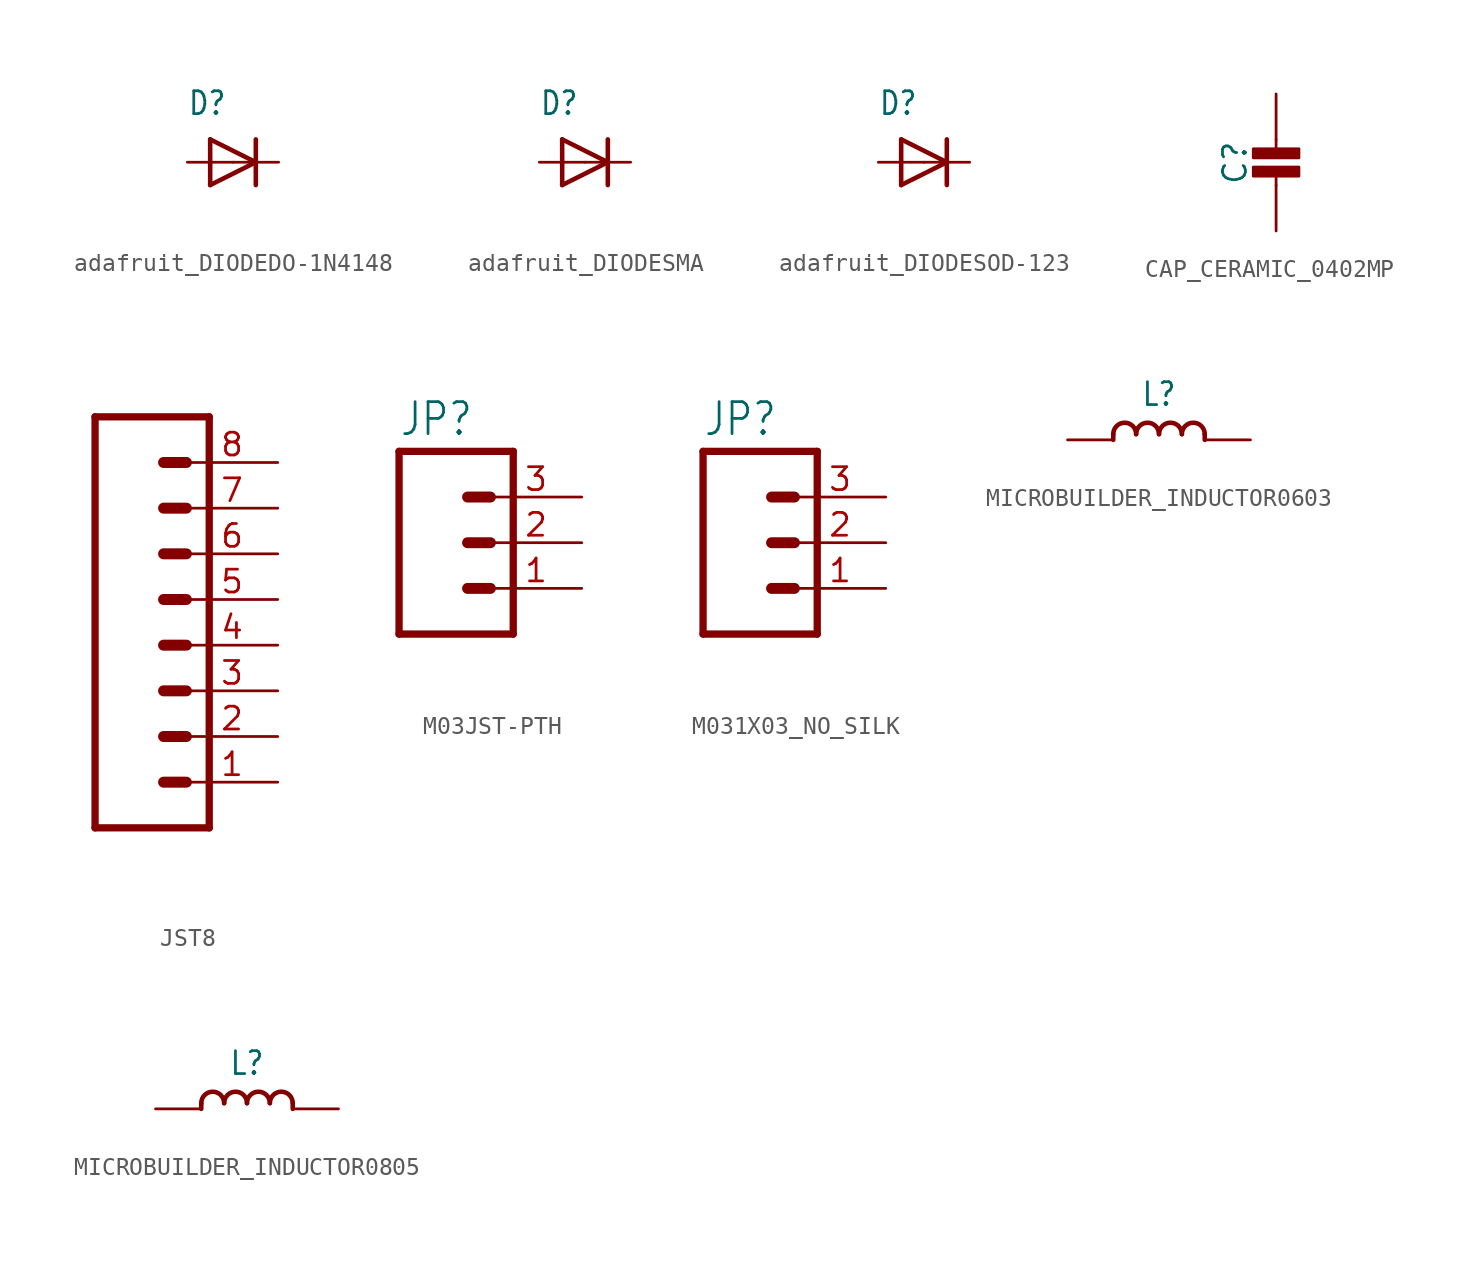
<source format=kicad_sym>
(kicad_symbol_lib
  (version 20220914)
  (generator kicad_symbol_editor)
  (symbol "adafruit_DIODEDO-1N4148"
    (property "Reference" "D"
      (at -2.54 2.54 0)
      (effects (font (size 1.27 1.079)) (justify left bottom)))
    (property "Value" ""
      (at -2.54 -3.81 0)
      (effects (font (size 1.27 1.079)) (justify left bottom)))
    (property "ki_locked" ""
      (at 0 0 0)
      (effects (font (size 1.27 1.27))))
    (symbol "adafruit_DIODEDO-1N4148_1_0"
      (polyline (pts (xy -1.27 -1.27) (xy 1.27 0)) (stroke (width 0.254) (type solid)) (fill (type none)))
      (polyline (pts (xy -1.27 1.27) (xy -1.27 -1.27)) (stroke (width 0.254) (type solid)) (fill (type none)))
      (polyline (pts (xy 1.27 0) (xy -1.27 1.27)) (stroke (width 0.254) (type solid)) (fill (type none)))
      (polyline (pts (xy 1.27 0) (xy 1.27 -1.27)) (stroke (width 0.254) (type solid)) (fill (type none)))
      (polyline (pts (xy 1.27 1.27) (xy 1.27 0)) (stroke (width 0.254) (type solid)) (fill (type none)))
      (pin passive line (at -2.54 0 0) (length 2.54) (name "A" (effects (font (size 0 0)))) (number "A" (effects (font (size 0 0)))))
      (pin passive line (at 2.54 0 180) (length 2.54) (name "C" (effects (font (size 0 0)))) (number "C" (effects (font (size 0 0)))))))
  (symbol "adafruit_DIODESMA"
    (property "Reference" "D"
      (at -2.54 2.54 0)
      (effects (font (size 1.27 1.079)) (justify left bottom)))
    (property "Value" ""
      (at -2.54 -3.81 0)
      (effects (font (size 1.27 1.079)) (justify left bottom)))
    (property "ki_locked" ""
      (at 0 0 0)
      (effects (font (size 1.27 1.27))))
    (symbol "adafruit_DIODESMA_1_0"
      (polyline (pts (xy -1.27 -1.27) (xy 1.27 0)) (stroke (width 0.254) (type solid)) (fill (type none)))
      (polyline (pts (xy -1.27 1.27) (xy -1.27 -1.27)) (stroke (width 0.254) (type solid)) (fill (type none)))
      (polyline (pts (xy 1.27 0) (xy -1.27 1.27)) (stroke (width 0.254) (type solid)) (fill (type none)))
      (polyline (pts (xy 1.27 0) (xy 1.27 -1.27)) (stroke (width 0.254) (type solid)) (fill (type none)))
      (polyline (pts (xy 1.27 1.27) (xy 1.27 0)) (stroke (width 0.254) (type solid)) (fill (type none)))
      (pin passive line (at -2.54 0 0) (length 2.54) (name "A" (effects (font (size 0 0)))) (number "A" (effects (font (size 0 0)))))
      (pin passive line (at 2.54 0 180) (length 2.54) (name "C" (effects (font (size 0 0)))) (number "C" (effects (font (size 0 0)))))))
  (symbol "adafruit_DIODESOD-123"
    (property "Reference" "D"
      (at -2.54 2.54 0)
      (effects (font (size 1.27 1.079)) (justify left bottom)))
    (property "Value" ""
      (at -2.54 -3.81 0)
      (effects (font (size 1.27 1.079)) (justify left bottom)))
    (property "ki_locked" ""
      (at 0 0 0)
      (effects (font (size 1.27 1.27))))
    (symbol "adafruit_DIODESOD-123_1_0"
      (polyline (pts (xy -1.27 -1.27) (xy 1.27 0)) (stroke (width 0.254) (type solid)) (fill (type none)))
      (polyline (pts (xy -1.27 1.27) (xy -1.27 -1.27)) (stroke (width 0.254) (type solid)) (fill (type none)))
      (polyline (pts (xy 1.27 0) (xy -1.27 1.27)) (stroke (width 0.254) (type solid)) (fill (type none)))
      (polyline (pts (xy 1.27 0) (xy 1.27 -1.27)) (stroke (width 0.254) (type solid)) (fill (type none)))
      (polyline (pts (xy 1.27 1.27) (xy 1.27 0)) (stroke (width 0.254) (type solid)) (fill (type none)))
      (pin passive line (at -2.54 0 0) (length 2.54) (name "A" (effects (font (size 0 0)))) (number "A" (effects (font (size 0 0)))))
      (pin passive line (at 2.54 0 180) (length 2.54) (name "C" (effects (font (size 0 0)))) (number "C" (effects (font (size 0 0)))))))
  (symbol "CAP_CERAMIC_0402MP"
    (property "Reference" "C"
      (at -2.29 1.25 90)
      (effects (font (size 1.27 1.27))))
    (property "Value" ""
      (at 2.3 1.25 90)
      (effects (font (size 1.27 1.27))))
    (property "ki_locked" ""
      (at 0 0 0)
      (effects (font (size 1.27 1.27))))
    (symbol "CAP_CERAMIC_0402MP_1_0"
      (rectangle (start -1.27 0.508) (end 1.27 1.016) (stroke (width 0) (type default)) (fill (type outline)))
      (rectangle (start -1.27 1.524) (end 1.27 2.032) (stroke (width 0) (type default)) (fill (type outline)))
      (polyline (pts (xy 0 0.762) (xy 0 0)) (stroke (width 0.152) (type solid)) (fill (type none)))
      (polyline (pts (xy 0 2.54) (xy 0 1.778)) (stroke (width 0.152) (type solid)) (fill (type none)))
      (pin passive line (at 0 5.08 270) (length 2.54) (name "1" (effects (font (size 0 0)))) (number "1" (effects (font (size 0 0)))))
      (pin passive line (at 0 -2.54 90) (length 2.54) (name "2" (effects (font (size 0 0)))) (number "2" (effects (font (size 0 0)))))))
  (symbol "JST8"
    (property "Reference" ""
      (at -2.54 10.922 0)
      (effects (font (size 1.778 1.511)) (justify left bottom) hide))
    (property "Value" ""
      (at -2.54 -15.24 0)
      (effects (font (size 1.778 1.511)) (justify left bottom)))
    (property "ki_locked" ""
      (at 0 0 0)
      (effects (font (size 1.27 1.27))))
    (symbol "JST8_1_0"
      (polyline (pts (xy -2.54 10.16) (xy -2.54 -12.7)) (stroke (width 0.406) (type solid)) (fill (type none)))
      (polyline (pts (xy -2.54 10.16) (xy 3.81 10.16)) (stroke (width 0.406) (type solid)) (fill (type none)))
      (polyline (pts (xy 1.27 -10.16) (xy 2.54 -10.16)) (stroke (width 0.61) (type solid)) (fill (type none)))
      (polyline (pts (xy 1.27 -7.62) (xy 2.54 -7.62)) (stroke (width 0.61) (type solid)) (fill (type none)))
      (polyline (pts (xy 1.27 -5.08) (xy 2.54 -5.08)) (stroke (width 0.61) (type solid)) (fill (type none)))
      (polyline (pts (xy 1.27 -2.54) (xy 2.54 -2.54)) (stroke (width 0.61) (type solid)) (fill (type none)))
      (polyline (pts (xy 1.27 0) (xy 2.54 0)) (stroke (width 0.61) (type solid)) (fill (type none)))
      (polyline (pts (xy 1.27 2.54) (xy 2.54 2.54)) (stroke (width 0.61) (type solid)) (fill (type none)))
      (polyline (pts (xy 1.27 5.08) (xy 2.54 5.08)) (stroke (width 0.61) (type solid)) (fill (type none)))
      (polyline (pts (xy 1.27 7.62) (xy 2.54 7.62)) (stroke (width 0.61) (type solid)) (fill (type none)))
      (polyline (pts (xy 3.81 -12.7) (xy -2.54 -12.7)) (stroke (width 0.406) (type solid)) (fill (type none)))
      (polyline (pts (xy 3.81 -12.7) (xy 3.81 10.16)) (stroke (width 0.406) (type solid)) (fill (type none)))
      (pin passive line (at 7.62 -10.16 180) (length 5.08) (name "1" (effects (font (size 0 0)))) (number "1" (effects (font (size 1.27 1.27)))))
      (pin passive line (at 7.62 -7.62 180) (length 5.08) (name "2" (effects (font (size 0 0)))) (number "2" (effects (font (size 1.27 1.27)))))
      (pin passive line (at 7.62 -5.08 180) (length 5.08) (name "3" (effects (font (size 0 0)))) (number "3" (effects (font (size 1.27 1.27)))))
      (pin passive line (at 7.62 -2.54 180) (length 5.08) (name "4" (effects (font (size 0 0)))) (number "4" (effects (font (size 1.27 1.27)))))
      (pin passive line (at 7.62 0 180) (length 5.08) (name "5" (effects (font (size 0 0)))) (number "5" (effects (font (size 1.27 1.27)))))
      (pin passive line (at 7.62 2.54 180) (length 5.08) (name "6" (effects (font (size 0 0)))) (number "6" (effects (font (size 1.27 1.27)))))
      (pin passive line (at 7.62 5.08 180) (length 5.08) (name "7" (effects (font (size 0 0)))) (number "7" (effects (font (size 1.27 1.27)))))
      (pin passive line (at 7.62 7.62 180) (length 5.08) (name "8" (effects (font (size 0 0)))) (number "8" (effects (font (size 1.27 1.27)))))))
  (symbol "M03JST-PTH"
    (property "Reference" "JP"
      (at -2.54 5.842 0)
      (effects (font (size 1.778 1.511)) (justify left bottom)))
    (property "Value" ""
      (at -2.54 -7.62 0)
      (effects (font (size 1.778 1.511)) (justify left bottom)))
    (property "ki_locked" ""
      (at 0 0 0)
      (effects (font (size 1.27 1.27))))
    (symbol "M03JST-PTH_1_0"
      (polyline (pts (xy -2.54 5.08) (xy -2.54 -5.08)) (stroke (width 0.406) (type solid)) (fill (type none)))
      (polyline (pts (xy -2.54 5.08) (xy 3.81 5.08)) (stroke (width 0.406) (type solid)) (fill (type none)))
      (polyline (pts (xy 1.27 -2.54) (xy 2.54 -2.54)) (stroke (width 0.61) (type solid)) (fill (type none)))
      (polyline (pts (xy 1.27 0) (xy 2.54 0)) (stroke (width 0.61) (type solid)) (fill (type none)))
      (polyline (pts (xy 1.27 2.54) (xy 2.54 2.54)) (stroke (width 0.61) (type solid)) (fill (type none)))
      (polyline (pts (xy 3.81 -5.08) (xy -2.54 -5.08)) (stroke (width 0.406) (type solid)) (fill (type none)))
      (polyline (pts (xy 3.81 -5.08) (xy 3.81 5.08)) (stroke (width 0.406) (type solid)) (fill (type none)))
      (pin passive line (at 7.62 -2.54 180) (length 5.08) (name "1" (effects (font (size 0 0)))) (number "1" (effects (font (size 1.27 1.27)))))
      (pin passive line (at 7.62 0 180) (length 5.08) (name "2" (effects (font (size 0 0)))) (number "2" (effects (font (size 1.27 1.27)))))
      (pin passive line (at 7.62 2.54 180) (length 5.08) (name "3" (effects (font (size 0 0)))) (number "3" (effects (font (size 1.27 1.27)))))))
  (symbol "M031X03_NO_SILK"
    (property "Reference" "JP"
      (at -2.54 5.842 0)
      (effects (font (size 1.778 1.511)) (justify left bottom)))
    (property "Value" ""
      (at -2.54 -7.62 0)
      (effects (font (size 1.778 1.511)) (justify left bottom)))
    (property "ki_locked" ""
      (at 0 0 0)
      (effects (font (size 1.27 1.27))))
    (symbol "M031X03_NO_SILK_1_0"
      (polyline (pts (xy -2.54 5.08) (xy -2.54 -5.08)) (stroke (width 0.406) (type solid)) (fill (type none)))
      (polyline (pts (xy -2.54 5.08) (xy 3.81 5.08)) (stroke (width 0.406) (type solid)) (fill (type none)))
      (polyline (pts (xy 1.27 -2.54) (xy 2.54 -2.54)) (stroke (width 0.61) (type solid)) (fill (type none)))
      (polyline (pts (xy 1.27 0) (xy 2.54 0)) (stroke (width 0.61) (type solid)) (fill (type none)))
      (polyline (pts (xy 1.27 2.54) (xy 2.54 2.54)) (stroke (width 0.61) (type solid)) (fill (type none)))
      (polyline (pts (xy 3.81 -5.08) (xy -2.54 -5.08)) (stroke (width 0.406) (type solid)) (fill (type none)))
      (polyline (pts (xy 3.81 -5.08) (xy 3.81 5.08)) (stroke (width 0.406) (type solid)) (fill (type none)))
      (pin passive line (at 7.62 -2.54 180) (length 5.08) (name "1" (effects (font (size 0 0)))) (number "1" (effects (font (size 1.27 1.27)))))
      (pin passive line (at 7.62 0 180) (length 5.08) (name "2" (effects (font (size 0 0)))) (number "2" (effects (font (size 1.27 1.27)))))
      (pin passive line (at 7.62 2.54 180) (length 5.08) (name "3" (effects (font (size 0 0)))) (number "3" (effects (font (size 1.27 1.27)))))))
  (symbol "MICROBUILDER_INDUCTOR0603"
    (property "Reference" "L"
      (at 0 2.54 0)
      (effects (font (size 1.27 1.079))))
    (property "Value" ""
      (at 0 -1.54 0)
      (effects (font (size 1.27 1.079))))
    (property "ki_locked" ""
      (at 0 0 0)
      (effects (font (size 1.27 1.27))))
    (symbol "MICROBUILDER_INDUCTOR0603_1_0"
      (arc (start -1.27 0.3173) (mid -1.9049 0.9524) (end -2.54 0.3175) (stroke (width 0.254) (type solid)) (fill (type none)))
      (polyline (pts (xy -2.54 0.318) (xy -2.54 0)) (stroke (width 0.254) (type solid)) (fill (type none)))
      (polyline (pts (xy 2.54 0.318) (xy 2.54 0)) (stroke (width 0.254) (type solid)) (fill (type none)))
      (arc (start 0 0.3173) (mid -0.6349 0.9524) (end -1.27 0.3175) (stroke (width 0.254) (type solid)) (fill (type none)))
      (arc (start 1.27 0.3173) (mid 0.6351 0.9524) (end 0 0.3175) (stroke (width 0.254) (type solid)) (fill (type none)))
      (arc (start 2.54 0.3173) (mid 1.9051 0.9524) (end 1.27 0.3175) (stroke (width 0.254) (type solid)) (fill (type none)))
      (pin passive line (at -5.08 0 0) (length 2.54) (name "1" (effects (font (size 0 0)))) (number "1" (effects (font (size 0 0)))))
      (pin passive line (at 5.08 0 180) (length 2.54) (name "2" (effects (font (size 0 0)))) (number "2" (effects (font (size 0 0)))))))
  (symbol "MICROBUILDER_INDUCTOR0805"
    (property "Reference" "L"
      (at 0 2.54 0)
      (effects (font (size 1.27 1.079))))
    (property "Value" ""
      (at 0 -1.54 0)
      (effects (font (size 1.27 1.079))))
    (property "ki_locked" ""
      (at 0 0 0)
      (effects (font (size 1.27 1.27))))
    (symbol "MICROBUILDER_INDUCTOR0805_1_0"
      (arc (start -1.27 0.3173) (mid -1.9049 0.9524) (end -2.54 0.3175) (stroke (width 0.254) (type solid)) (fill (type none)))
      (polyline (pts (xy -2.54 0.318) (xy -2.54 0)) (stroke (width 0.254) (type solid)) (fill (type none)))
      (polyline (pts (xy 2.54 0.318) (xy 2.54 0)) (stroke (width 0.254) (type solid)) (fill (type none)))
      (arc (start 0 0.3173) (mid -0.6349 0.9524) (end -1.27 0.3175) (stroke (width 0.254) (type solid)) (fill (type none)))
      (arc (start 1.27 0.3173) (mid 0.6351 0.9524) (end 0 0.3175) (stroke (width 0.254) (type solid)) (fill (type none)))
      (arc (start 2.54 0.3173) (mid 1.9051 0.9524) (end 1.27 0.3175) (stroke (width 0.254) (type solid)) (fill (type none)))
      (pin passive line (at -5.08 0 0) (length 2.54) (name "1" (effects (font (size 0 0)))) (number "1" (effects (font (size 0 0)))))
      (pin passive line (at 5.08 0 180) (length 2.54) (name "2" (effects (font (size 0 0)))) (number "2" (effects (font (size 0 0))))))))
</source>
